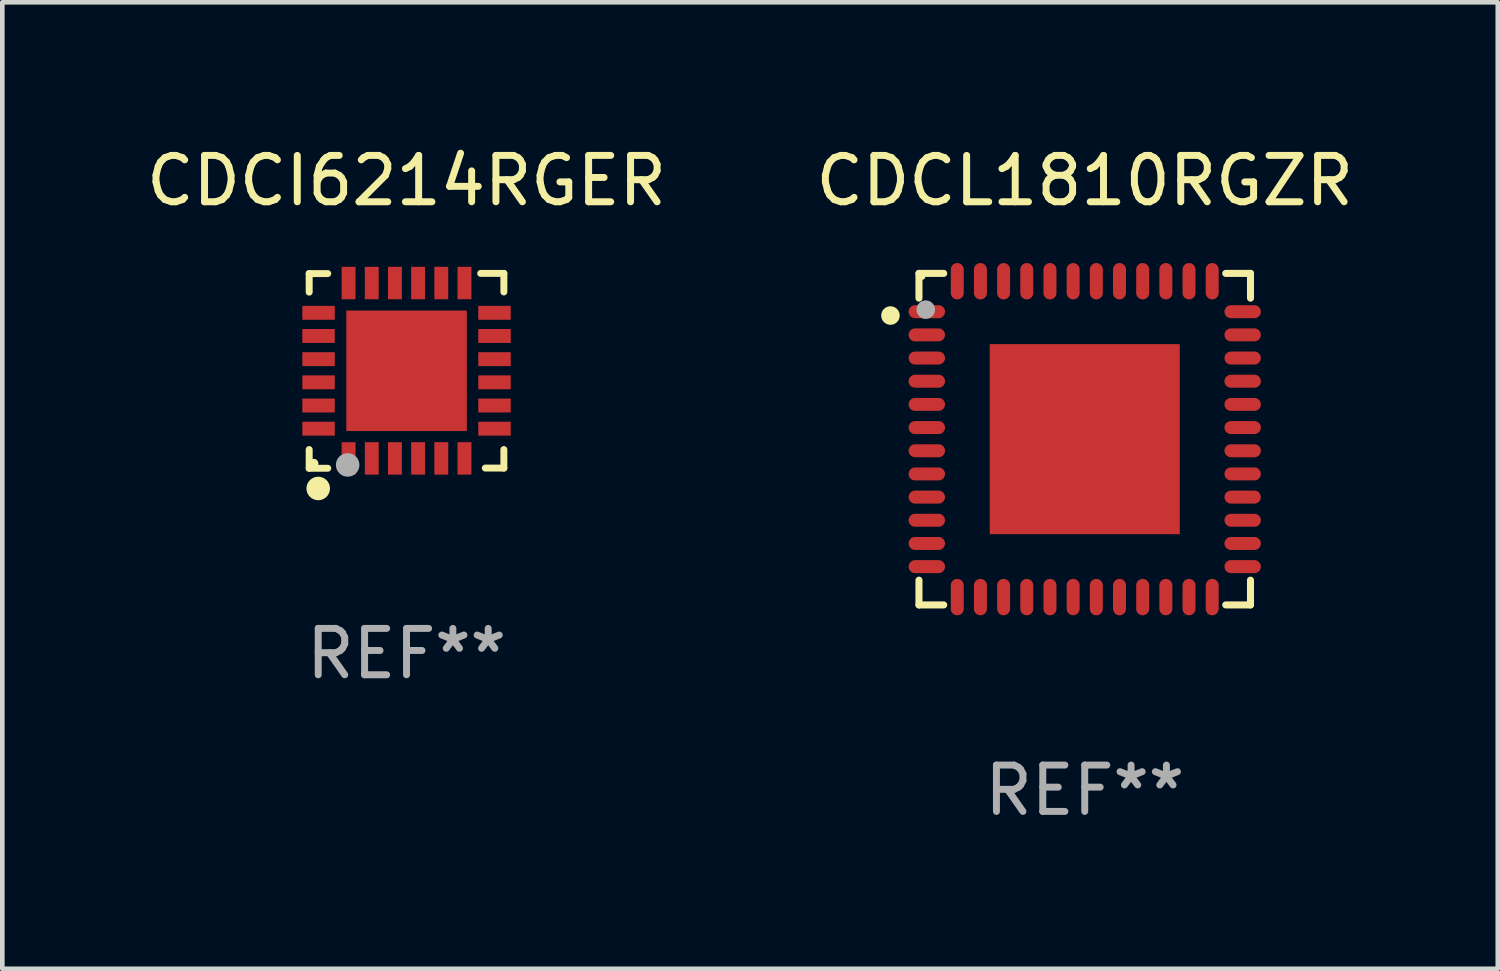
<source format=kicad_pcb>
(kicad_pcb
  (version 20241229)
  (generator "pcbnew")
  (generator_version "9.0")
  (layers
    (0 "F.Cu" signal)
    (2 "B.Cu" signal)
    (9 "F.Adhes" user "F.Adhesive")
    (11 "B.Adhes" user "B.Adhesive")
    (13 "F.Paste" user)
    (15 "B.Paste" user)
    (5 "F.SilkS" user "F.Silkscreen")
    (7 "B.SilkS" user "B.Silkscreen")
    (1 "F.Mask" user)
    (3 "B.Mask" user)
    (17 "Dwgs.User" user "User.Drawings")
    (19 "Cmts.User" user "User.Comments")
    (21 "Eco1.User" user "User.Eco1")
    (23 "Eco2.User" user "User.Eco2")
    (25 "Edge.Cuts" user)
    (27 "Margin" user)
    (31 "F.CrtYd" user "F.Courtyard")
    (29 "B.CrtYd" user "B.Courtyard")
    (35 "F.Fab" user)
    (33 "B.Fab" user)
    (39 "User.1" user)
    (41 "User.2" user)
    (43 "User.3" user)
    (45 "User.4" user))
  (footprint "CDCL1810RGZR"
    (layer "F.Cu")
    (at 20.351 6.424)
    (property "Reference" "CDCL1810RGZR" (at 0 -5.576 0) (layer "F.SilkS") (effects (font (size 1 1) (thickness 0.15))))
    (attr through_hole)
    (fp_line (start -3.576 -3.576) (end -3.042 -3.576) (stroke (width 0.152) (type solid)) (layer "F.SilkS"))
    (fp_line (start -3.576 -3.042) (end -3.576 -3.576) (stroke (width 0.152) (type solid)) (layer "F.SilkS"))
    (fp_line (start -3.576 3.042) (end -3.576 3.576) (stroke (width 0.152) (type solid)) (layer "F.SilkS"))
    (fp_line (start -3.576 3.576) (end -3.042 3.576) (stroke (width 0.152) (type solid)) (layer "F.SilkS"))
    (fp_line (start 3.576 -3.576) (end 3.042 -3.576) (stroke (width 0.152) (type solid)) (layer "F.SilkS"))
    (fp_line (start 3.576 -3.042) (end 3.576 -3.576) (stroke (width 0.152) (type solid)) (layer "F.SilkS"))
    (fp_line (start 3.576 3.042) (end 3.576 3.576) (stroke (width 0.152) (type solid)) (layer "F.SilkS"))
    (fp_line (start 3.576 3.576) (end 3.042 3.576) (stroke (width 0.152) (type solid)) (layer "F.SilkS"))
    (fp_circle (center -4.191 -2.667) (end -4.091 -2.667) (stroke (width 0.2) (type solid)) (fill no) (layer "F.SilkS"))
    (fp_circle (center -3.5 -3.5) (end -3.47 -3.5) (stroke (width 0.06) (type solid)) (fill no) (layer "F.SilkS"))
    (fp_circle (center -3.429 -2.794) (end -3.329 -2.794) (stroke (width 0.2) (type solid)) (fill no) (layer "F.Fab"))
    (fp_text user "REF**" (at 0 7.576 0) (layer "F.Fab") (effects (font (size 1 1) (thickness 0.15))))
    (pad "1" smd oval (at -3.407 -2.75) (size 0.785 0.28) (layers "F.Cu" "F.Mask" "F.Paste"))
    (pad "2" smd oval (at -3.407 -2.25) (size 0.785 0.28) (layers "F.Cu" "F.Mask" "F.Paste"))
    (pad "3" smd oval (at -3.407 -1.75) (size 0.785 0.28) (layers "F.Cu" "F.Mask" "F.Paste"))
    (pad "4" smd oval (at -3.407 -1.25) (size 0.785 0.28) (layers "F.Cu" "F.Mask" "F.Paste"))
    (pad "5" smd oval (at -3.407 -0.75) (size 0.785 0.28) (layers "F.Cu" "F.Mask" "F.Paste"))
    (pad "6" smd oval (at -3.407 -0.25) (size 0.785 0.28) (layers "F.Cu" "F.Mask" "F.Paste"))
    (pad "7" smd oval (at -3.407 0.25) (size 0.785 0.28) (layers "F.Cu" "F.Mask" "F.Paste"))
    (pad "8" smd oval (at -3.407 0.75) (size 0.785 0.28) (layers "F.Cu" "F.Mask" "F.Paste"))
    (pad "9" smd oval (at -3.407 1.25) (size 0.785 0.28) (layers "F.Cu" "F.Mask" "F.Paste"))
    (pad "10" smd oval (at -3.407 1.75) (size 0.785 0.28) (layers "F.Cu" "F.Mask" "F.Paste"))
    (pad "11" smd oval (at -3.407 2.25) (size 0.785 0.28) (layers "F.Cu" "F.Mask" "F.Paste"))
    (pad "12" smd oval (at -3.407 2.75) (size 0.785 0.28) (layers "F.Cu" "F.Mask" "F.Paste"))
    (pad "13" smd oval (at -2.75 3.407) (size 0.28 0.785) (layers "F.Cu" "F.Mask" "F.Paste"))
    (pad "14" smd oval (at -2.25 3.407) (size 0.28 0.785) (layers "F.Cu" "F.Mask" "F.Paste"))
    (pad "15" smd oval (at -1.75 3.407) (size 0.28 0.785) (layers "F.Cu" "F.Mask" "F.Paste"))
    (pad "16" smd oval (at -1.25 3.407) (size 0.28 0.785) (layers "F.Cu" "F.Mask" "F.Paste"))
    (pad "17" smd oval (at -0.75 3.407) (size 0.28 0.785) (layers "F.Cu" "F.Mask" "F.Paste"))
    (pad "18" smd oval (at -0.25 3.407) (size 0.28 0.785) (layers "F.Cu" "F.Mask" "F.Paste"))
    (pad "19" smd oval (at 0.25 3.407) (size 0.28 0.785) (layers "F.Cu" "F.Mask" "F.Paste"))
    (pad "20" smd oval (at 0.75 3.407) (size 0.28 0.785) (layers "F.Cu" "F.Mask" "F.Paste"))
    (pad "21" smd oval (at 1.25 3.407) (size 0.28 0.785) (layers "F.Cu" "F.Mask" "F.Paste"))
    (pad "22" smd oval (at 1.75 3.407) (size 0.28 0.785) (layers "F.Cu" "F.Mask" "F.Paste"))
    (pad "23" smd oval (at 2.25 3.407) (size 0.28 0.785) (layers "F.Cu" "F.Mask" "F.Paste"))
    (pad "24" smd oval (at 2.75 3.407) (size 0.28 0.785) (layers "F.Cu" "F.Mask" "F.Paste"))
    (pad "25" smd oval (at 3.407 2.75) (size 0.785 0.28) (layers "F.Cu" "F.Mask" "F.Paste"))
    (pad "26" smd oval (at 3.407 2.25) (size 0.785 0.28) (layers "F.Cu" "F.Mask" "F.Paste"))
    (pad "27" smd oval (at 3.407 1.75) (size 0.785 0.28) (layers "F.Cu" "F.Mask" "F.Paste"))
    (pad "28" smd oval (at 3.407 1.25) (size 0.785 0.28) (layers "F.Cu" "F.Mask" "F.Paste"))
    (pad "29" smd oval (at 3.407 0.75) (size 0.785 0.28) (layers "F.Cu" "F.Mask" "F.Paste"))
    (pad "30" smd oval (at 3.407 0.25) (size 0.785 0.28) (layers "F.Cu" "F.Mask" "F.Paste"))
    (pad "31" smd oval (at 3.407 -0.25) (size 0.785 0.28) (layers "F.Cu" "F.Mask" "F.Paste"))
    (pad "32" smd oval (at 3.407 -0.75) (size 0.785 0.28) (layers "F.Cu" "F.Mask" "F.Paste"))
    (pad "33" smd oval (at 3.407 -1.25) (size 0.785 0.28) (layers "F.Cu" "F.Mask" "F.Paste"))
    (pad "34" smd oval (at 3.407 -1.75) (size 0.785 0.28) (layers "F.Cu" "F.Mask" "F.Paste"))
    (pad "35" smd oval (at 3.407 -2.25) (size 0.785 0.28) (layers "F.Cu" "F.Mask" "F.Paste"))
    (pad "36" smd oval (at 3.407 -2.75) (size 0.785 0.28) (layers "F.Cu" "F.Mask" "F.Paste"))
    (pad "37" smd oval (at 2.75 -3.407) (size 0.28 0.785) (layers "F.Cu" "F.Mask" "F.Paste"))
    (pad "38" smd oval (at 2.25 -3.407) (size 0.28 0.785) (layers "F.Cu" "F.Mask" "F.Paste"))
    (pad "39" smd oval (at 1.75 -3.407) (size 0.28 0.785) (layers "F.Cu" "F.Mask" "F.Paste"))
    (pad "40" smd oval (at 1.25 -3.407) (size 0.28 0.785) (layers "F.Cu" "F.Mask" "F.Paste"))
    (pad "41" smd oval (at 0.75 -3.407) (size 0.28 0.785) (layers "F.Cu" "F.Mask" "F.Paste"))
    (pad "42" smd oval (at 0.25 -3.407) (size 0.28 0.785) (layers "F.Cu" "F.Mask" "F.Paste"))
    (pad "43" smd oval (at -0.25 -3.407) (size 0.28 0.785) (layers "F.Cu" "F.Mask" "F.Paste"))
    (pad "44" smd oval (at -0.75 -3.407) (size 0.28 0.785) (layers "F.Cu" "F.Mask" "F.Paste"))
    (pad "45" smd oval (at -1.25 -3.407) (size 0.28 0.785) (layers "F.Cu" "F.Mask" "F.Paste"))
    (pad "46" smd oval (at -1.75 -3.407) (size 0.28 0.785) (layers "F.Cu" "F.Mask" "F.Paste"))
    (pad "47" smd oval (at -2.25 -3.407) (size 0.28 0.785) (layers "F.Cu" "F.Mask" "F.Paste"))
    (pad "48" smd oval (at -2.75 -3.407) (size 0.28 0.785) (layers "F.Cu" "F.Mask" "F.Paste"))
    (pad "49" smd rect (at 0 0) (size 4.1 4.1) (layers "F.Cu" "F.Mask" "F.Paste")))
  (footprint "CDCI6214RGER"
    (layer "F.Cu")
    (at 5.72 4.95)
    (property "Reference" "CDCI6214RGER" (at 0 -4.102 0) (layer "F.SilkS") (effects (font (size 1 1) (thickness 0.15))))
    (attr through_hole)
    (fp_line (start -2.1 -2.098) (end -1.7 -2.098) (stroke (width 0.15) (type solid)) (layer "F.SilkS"))
    (fp_line (start -2.1 -1.698) (end -2.1 -2.098) (stroke (width 0.15) (type solid)) (layer "F.SilkS"))
    (fp_line (start -2.1 2.102) (end -2.1 1.698) (stroke (width 0.15) (type solid)) (layer "F.SilkS"))
    (fp_line (start -1.7 2.102) (end -2.1 2.102) (stroke (width 0.15) (type solid)) (layer "F.SilkS"))
    (fp_line (start 1.6 -2.102) (end 2.1 -2.102) (stroke (width 0.15) (type solid)) (layer "F.SilkS"))
    (fp_line (start 1.7 2.098) (end 2.1 2.098) (stroke (width 0.15) (type solid)) (layer "F.SilkS"))
    (fp_line (start 2.1 -2.102) (end 2.1 -1.702) (stroke (width 0.15) (type solid)) (layer "F.SilkS"))
    (fp_line (start 2.1 2.098) (end 2.1 1.698) (stroke (width 0.15) (type solid)) (layer "F.SilkS"))
    (fp_circle (center -2 1.998) (end -1.95 1.998) (stroke (width 0.1) (type solid)) (fill no) (layer "F.SilkS"))
    (fp_circle (center -1.905 2.538) (end -1.778 2.538) (stroke (width 0.254) (type solid)) (fill no) (layer "F.SilkS"))
    (fp_circle (center -1.27 2.03) (end -1.143 2.03) (stroke (width 0.254) (type solid)) (fill no) (layer "F.Fab"))
    (fp_text user "REF**" (at 0 6.102 0) (layer "F.Fab") (effects (font (size 1 1) (thickness 0.15))))
    (pad "1" smd rect (at -1.25 1.89 180) (size 0.3 0.7) (layers "F.Cu" "F.Mask" "F.Paste"))
    (pad "2" smd rect (at -0.75 1.889 180) (size 0.3 0.7) (layers "F.Cu" "F.Mask" "F.Paste"))
    (pad "3" smd rect (at -0.25 1.889 180) (size 0.3 0.7) (layers "F.Cu" "F.Mask" "F.Paste"))
    (pad "4" smd rect (at 0.25 1.889 180) (size 0.3 0.7) (layers "F.Cu" "F.Mask" "F.Paste"))
    (pad "5" smd rect (at 0.75 1.889 180) (size 0.3 0.7) (layers "F.Cu" "F.Mask" "F.Paste"))
    (pad "6" smd rect (at 1.25 1.889 180) (size 0.3 0.7) (layers "F.Cu" "F.Mask" "F.Paste"))
    (pad "7" smd rect (at 1.898 1.248 270) (size 0.3 0.7) (layers "F.Cu" "F.Mask" "F.Paste"))
    (pad "8" smd rect (at 1.898 0.748 270) (size 0.3 0.7) (layers "F.Cu" "F.Mask" "F.Paste"))
    (pad "9" smd rect (at 1.898 0.248 270) (size 0.3 0.7) (layers "F.Cu" "F.Mask" "F.Paste"))
    (pad "10" smd rect (at 1.898 -0.252 270) (size 0.3 0.7) (layers "F.Cu" "F.Mask" "F.Paste"))
    (pad "11" smd rect (at 1.898 -0.752 270) (size 0.3 0.7) (layers "F.Cu" "F.Mask" "F.Paste"))
    (pad "12" smd rect (at 1.898 -1.252 270) (size 0.3 0.7) (layers "F.Cu" "F.Mask" "F.Paste"))
    (pad "13" smd rect (at 1.25 -1.894) (size 0.3 0.7) (layers "F.Cu" "F.Mask" "F.Paste"))
    (pad "14" smd rect (at 0.75 -1.894) (size 0.3 0.7) (layers "F.Cu" "F.Mask" "F.Paste"))
    (pad "15" smd rect (at 0.25 -1.894) (size 0.3 0.7) (layers "F.Cu" "F.Mask" "F.Paste"))
    (pad "16" smd rect (at -0.25 -1.894) (size 0.3 0.7) (layers "F.Cu" "F.Mask" "F.Paste"))
    (pad "17" smd rect (at -0.75 -1.894) (size 0.3 0.7) (layers "F.Cu" "F.Mask" "F.Paste"))
    (pad "18" smd rect (at -1.25 -1.894) (size 0.3 0.7) (layers "F.Cu" "F.Mask" "F.Paste"))
    (pad "19" smd rect (at -1.898 -1.252 90) (size 0.3 0.7) (layers "F.Cu" "F.Mask" "F.Paste"))
    (pad "20" smd rect (at -1.898 -0.752 90) (size 0.3 0.7) (layers "F.Cu" "F.Mask" "F.Paste"))
    (pad "21" smd rect (at -1.898 -0.252 90) (size 0.3 0.7) (layers "F.Cu" "F.Mask" "F.Paste"))
    (pad "22" smd rect (at -1.898 0.248 90) (size 0.3 0.7) (layers "F.Cu" "F.Mask" "F.Paste"))
    (pad "23" smd rect (at -1.898 0.748 90) (size 0.3 0.7) (layers "F.Cu" "F.Mask" "F.Paste"))
    (pad "24" smd rect (at -1.898 1.248 90) (size 0.3 0.7) (layers "F.Cu" "F.Mask" "F.Paste"))
    (pad "25" smd rect (at 0.001 -0.001 90) (size 2.6 2.6) (layers "F.Cu" "F.Mask" "F.Paste")))
  (gr_rect
    (start -3 -3)
    (end 29.262 17.849)
    (stroke (width 0.1) (type default))
    (fill no)
    (layer "Edge.Cuts")))
</source>
